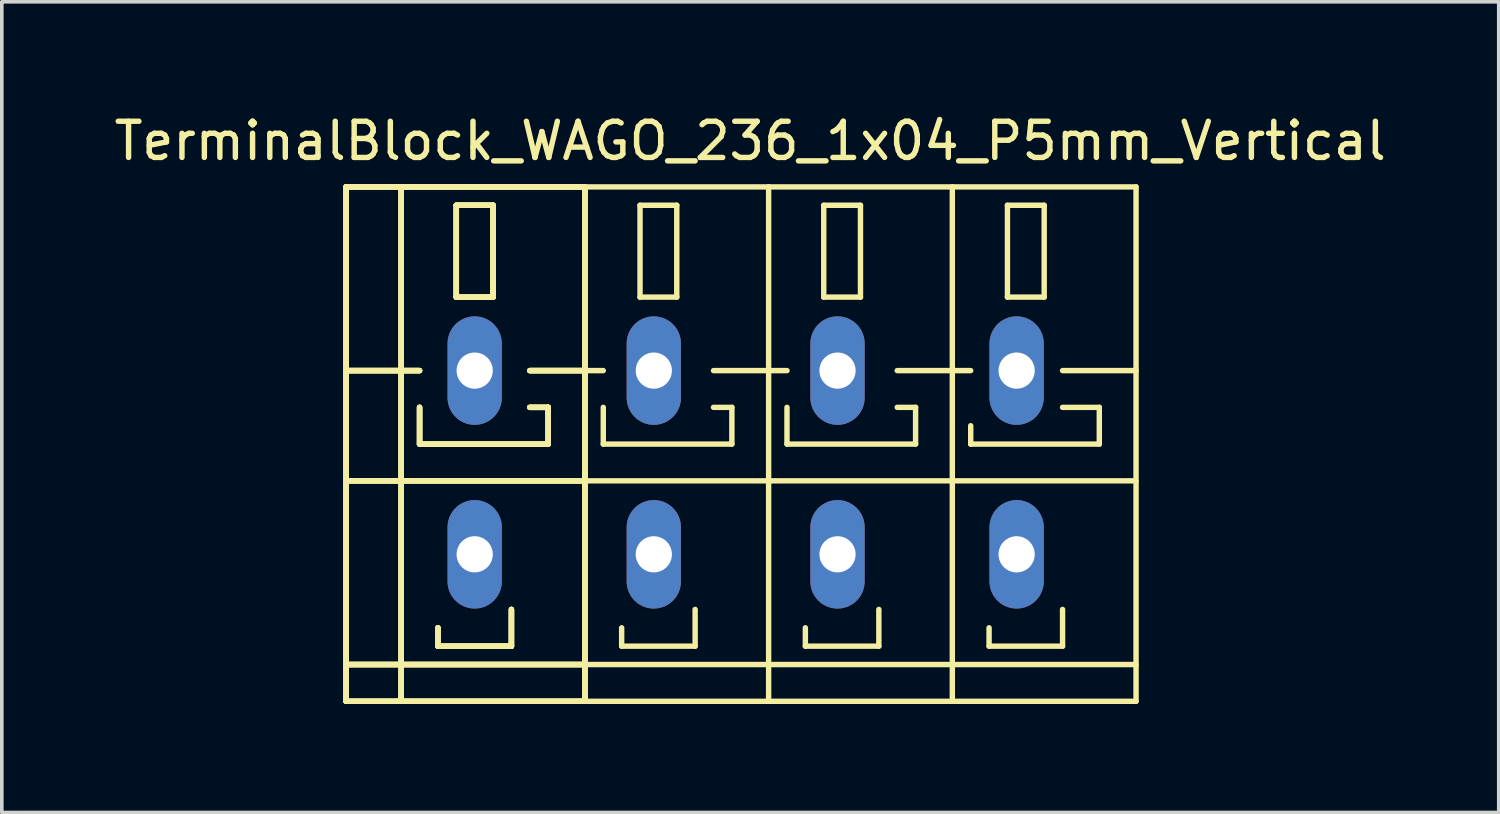
<source format=kicad_pcb>
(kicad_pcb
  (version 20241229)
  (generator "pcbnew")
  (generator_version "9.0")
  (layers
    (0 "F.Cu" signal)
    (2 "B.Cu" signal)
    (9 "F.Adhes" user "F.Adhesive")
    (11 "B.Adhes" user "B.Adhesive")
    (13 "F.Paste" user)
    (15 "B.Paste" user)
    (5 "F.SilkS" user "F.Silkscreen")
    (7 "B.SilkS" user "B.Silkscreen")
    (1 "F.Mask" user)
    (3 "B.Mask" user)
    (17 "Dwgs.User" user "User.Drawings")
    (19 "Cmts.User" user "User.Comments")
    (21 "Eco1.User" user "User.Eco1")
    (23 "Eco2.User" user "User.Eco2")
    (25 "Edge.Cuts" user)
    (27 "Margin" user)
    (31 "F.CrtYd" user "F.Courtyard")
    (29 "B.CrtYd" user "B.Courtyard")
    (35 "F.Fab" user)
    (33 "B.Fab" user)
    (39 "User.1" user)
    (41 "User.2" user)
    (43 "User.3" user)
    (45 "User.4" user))
  (footprint "TerminalBlock_WAGO_236_1x04_P5mm_Vertical"
    (layer "F.Cu")
    (at 17.696 9.738)
    (property "Reference" "TerminalBlock_WAGO_236_1x04_P5mm_Vertical" (at 0 -8.89 0) (layer "F.SilkS") (effects (font (size 1 1) (thickness 0.15))))
    (attr through_hole)
    (fp_line (start -11.176 -7.62) (end -9.652 -7.62) (stroke (width 0.15) (type solid)) (layer "F.SilkS"))
    (fp_line (start -11.176 -7.62) (end -9.652 -7.62) (stroke (width 0.15) (type solid)) (layer "F.SilkS"))
    (fp_line (start -11.176 -7.62) (end -9.652 -7.62) (stroke (width 0.15) (type solid)) (layer "F.SilkS"))
    (fp_line (start -11.176 -7.62) (end -9.652 -7.62) (stroke (width 0.15) (type solid)) (layer "F.SilkS"))
    (fp_line (start -11.176 -2.54) (end -9.144 -2.54) (stroke (width 0.15) (type solid)) (layer "F.SilkS"))
    (fp_line (start -11.176 -2.54) (end -9.144 -2.54) (stroke (width 0.15) (type solid)) (layer "F.SilkS"))
    (fp_line (start -11.176 -2.54) (end -9.144 -2.54) (stroke (width 0.15) (type solid)) (layer "F.SilkS"))
    (fp_line (start -11.176 -2.54) (end -9.144 -2.54) (stroke (width 0.15) (type solid)) (layer "F.SilkS"))
    (fp_line (start -11.176 0.508) (end -4.572 0.508) (stroke (width 0.15) (type solid)) (layer "F.SilkS"))
    (fp_line (start -11.176 0.508) (end -4.572 0.508) (stroke (width 0.15) (type solid)) (layer "F.SilkS"))
    (fp_line (start -11.176 0.508) (end -4.572 0.508) (stroke (width 0.15) (type solid)) (layer "F.SilkS"))
    (fp_line (start -11.176 0.508) (end -4.572 0.508) (stroke (width 0.15) (type solid)) (layer "F.SilkS"))
    (fp_line (start -11.176 5.588) (end -4.572 5.588) (stroke (width 0.15) (type solid)) (layer "F.SilkS"))
    (fp_line (start -11.176 5.588) (end -4.572 5.588) (stroke (width 0.15) (type solid)) (layer "F.SilkS"))
    (fp_line (start -11.176 5.588) (end -4.572 5.588) (stroke (width 0.15) (type solid)) (layer "F.SilkS"))
    (fp_line (start -11.176 5.588) (end -4.572 5.588) (stroke (width 0.15) (type solid)) (layer "F.SilkS"))
    (fp_line (start -11.176 6.604) (end -11.176 -7.62) (stroke (width 0.15) (type solid)) (layer "F.SilkS"))
    (fp_line (start -11.176 6.604) (end -11.176 -7.62) (stroke (width 0.15) (type solid)) (layer "F.SilkS"))
    (fp_line (start -11.176 6.604) (end -11.176 -7.62) (stroke (width 0.15) (type solid)) (layer "F.SilkS"))
    (fp_line (start -11.176 6.604) (end -11.176 -7.62) (stroke (width 0.15) (type solid)) (layer "F.SilkS"))
    (fp_line (start -9.652 -7.62) (end -7.62 -7.62) (stroke (width 0.15) (type solid)) (layer "F.SilkS"))
    (fp_line (start -9.652 -7.62) (end -7.62 -7.62) (stroke (width 0.15) (type solid)) (layer "F.SilkS"))
    (fp_line (start -9.652 -7.62) (end -7.62 -7.62) (stroke (width 0.15) (type solid)) (layer "F.SilkS"))
    (fp_line (start -9.652 -7.62) (end -7.62 -7.62) (stroke (width 0.15) (type solid)) (layer "F.SilkS"))
    (fp_line (start -9.652 6.604) (end -11.176 6.604) (stroke (width 0.15) (type solid)) (layer "F.SilkS"))
    (fp_line (start -9.652 6.604) (end -11.176 6.604) (stroke (width 0.15) (type solid)) (layer "F.SilkS"))
    (fp_line (start -9.652 6.604) (end -11.176 6.604) (stroke (width 0.15) (type solid)) (layer "F.SilkS"))
    (fp_line (start -9.652 6.604) (end -11.176 6.604) (stroke (width 0.15) (type solid)) (layer "F.SilkS"))
    (fp_line (start -9.652 6.604) (end -9.652 -7.62) (stroke (width 0.15) (type solid)) (layer "F.SilkS"))
    (fp_line (start -9.652 6.604) (end -9.652 -7.62) (stroke (width 0.15) (type solid)) (layer "F.SilkS"))
    (fp_line (start -9.652 6.604) (end -9.652 -7.62) (stroke (width 0.15) (type solid)) (layer "F.SilkS"))
    (fp_line (start -9.652 6.604) (end -9.652 -7.62) (stroke (width 0.15) (type solid)) (layer "F.SilkS"))
    (fp_line (start -9.144 -1.524) (end -9.144 -0.508) (stroke (width 0.15) (type solid)) (layer "F.SilkS"))
    (fp_line (start -9.144 -1.524) (end -9.144 -0.508) (stroke (width 0.15) (type solid)) (layer "F.SilkS"))
    (fp_line (start -9.144 -1.524) (end -9.144 -0.508) (stroke (width 0.15) (type solid)) (layer "F.SilkS"))
    (fp_line (start -9.144 -1.524) (end -9.144 -0.508) (stroke (width 0.15) (type solid)) (layer "F.SilkS"))
    (fp_line (start -9.144 -0.508) (end -5.588 -0.508) (stroke (width 0.15) (type solid)) (layer "F.SilkS"))
    (fp_line (start -9.144 -0.508) (end -5.588 -0.508) (stroke (width 0.15) (type solid)) (layer "F.SilkS"))
    (fp_line (start -9.144 -0.508) (end -5.588 -0.508) (stroke (width 0.15) (type solid)) (layer "F.SilkS"))
    (fp_line (start -9.144 -0.508) (end -5.588 -0.508) (stroke (width 0.15) (type solid)) (layer "F.SilkS"))
    (fp_line (start -8.636 4.572) (end -8.636 5.08) (stroke (width 0.15) (type solid)) (layer "F.SilkS"))
    (fp_line (start -8.636 4.572) (end -8.636 5.08) (stroke (width 0.15) (type solid)) (layer "F.SilkS"))
    (fp_line (start -8.636 4.572) (end -8.636 5.08) (stroke (width 0.15) (type solid)) (layer "F.SilkS"))
    (fp_line (start -8.636 4.572) (end -8.636 5.08) (stroke (width 0.15) (type solid)) (layer "F.SilkS"))
    (fp_line (start -8.636 5.08) (end -6.604 5.08) (stroke (width 0.15) (type solid)) (layer "F.SilkS"))
    (fp_line (start -8.636 5.08) (end -6.604 5.08) (stroke (width 0.15) (type solid)) (layer "F.SilkS"))
    (fp_line (start -8.636 5.08) (end -6.604 5.08) (stroke (width 0.15) (type solid)) (layer "F.SilkS"))
    (fp_line (start -8.636 5.08) (end -6.604 5.08) (stroke (width 0.15) (type solid)) (layer "F.SilkS"))
    (fp_line (start -8.128 -7.112) (end -7.112 -7.112) (stroke (width 0.15) (type solid)) (layer "F.SilkS"))
    (fp_line (start -8.128 -7.112) (end -7.112 -7.112) (stroke (width 0.15) (type solid)) (layer "F.SilkS"))
    (fp_line (start -8.128 -7.112) (end -7.112 -7.112) (stroke (width 0.15) (type solid)) (layer "F.SilkS"))
    (fp_line (start -8.128 -7.112) (end -7.112 -7.112) (stroke (width 0.15) (type solid)) (layer "F.SilkS"))
    (fp_line (start -8.128 -4.572) (end -8.128 -7.112) (stroke (width 0.15) (type solid)) (layer "F.SilkS"))
    (fp_line (start -8.128 -4.572) (end -8.128 -7.112) (stroke (width 0.15) (type solid)) (layer "F.SilkS"))
    (fp_line (start -8.128 -4.572) (end -8.128 -7.112) (stroke (width 0.15) (type solid)) (layer "F.SilkS"))
    (fp_line (start -8.128 -4.572) (end -8.128 -7.112) (stroke (width 0.15) (type solid)) (layer "F.SilkS"))
    (fp_line (start -7.62 -7.62) (end -4.572 -7.62) (stroke (width 0.15) (type solid)) (layer "F.SilkS"))
    (fp_line (start -7.62 -7.62) (end -4.572 -7.62) (stroke (width 0.15) (type solid)) (layer "F.SilkS"))
    (fp_line (start -7.62 -7.62) (end -4.572 -7.62) (stroke (width 0.15) (type solid)) (layer "F.SilkS"))
    (fp_line (start -7.62 -7.62) (end -4.572 -7.62) (stroke (width 0.15) (type solid)) (layer "F.SilkS"))
    (fp_line (start -7.112 -7.112) (end -7.112 -4.572) (stroke (width 0.15) (type solid)) (layer "F.SilkS"))
    (fp_line (start -7.112 -7.112) (end -7.112 -4.572) (stroke (width 0.15) (type solid)) (layer "F.SilkS"))
    (fp_line (start -7.112 -7.112) (end -7.112 -4.572) (stroke (width 0.15) (type solid)) (layer "F.SilkS"))
    (fp_line (start -7.112 -7.112) (end -7.112 -4.572) (stroke (width 0.15) (type solid)) (layer "F.SilkS"))
    (fp_line (start -7.112 -4.572) (end -8.128 -4.572) (stroke (width 0.15) (type solid)) (layer "F.SilkS"))
    (fp_line (start -7.112 -4.572) (end -8.128 -4.572) (stroke (width 0.15) (type solid)) (layer "F.SilkS"))
    (fp_line (start -7.112 -4.572) (end -8.128 -4.572) (stroke (width 0.15) (type solid)) (layer "F.SilkS"))
    (fp_line (start -7.112 -4.572) (end -8.128 -4.572) (stroke (width 0.15) (type solid)) (layer "F.SilkS"))
    (fp_line (start -6.604 5.08) (end -6.604 4.064) (stroke (width 0.15) (type solid)) (layer "F.SilkS"))
    (fp_line (start -6.604 5.08) (end -6.604 4.064) (stroke (width 0.15) (type solid)) (layer "F.SilkS"))
    (fp_line (start -6.604 5.08) (end -6.604 4.064) (stroke (width 0.15) (type solid)) (layer "F.SilkS"))
    (fp_line (start -6.604 5.08) (end -6.604 4.064) (stroke (width 0.15) (type solid)) (layer "F.SilkS"))
    (fp_line (start -6.096 -2.54) (end -4.572 -2.54) (stroke (width 0.15) (type solid)) (layer "F.SilkS"))
    (fp_line (start -6.096 -2.54) (end -4.572 -2.54) (stroke (width 0.15) (type solid)) (layer "F.SilkS"))
    (fp_line (start -6.096 -2.54) (end -4.572 -2.54) (stroke (width 0.15) (type solid)) (layer "F.SilkS"))
    (fp_line (start -6.096 -2.54) (end -4.572 -2.54) (stroke (width 0.15) (type solid)) (layer "F.SilkS"))
    (fp_line (start -5.588 -1.524) (end -6.096 -1.524) (stroke (width 0.15) (type solid)) (layer "F.SilkS"))
    (fp_line (start -5.588 -1.524) (end -6.096 -1.524) (stroke (width 0.15) (type solid)) (layer "F.SilkS"))
    (fp_line (start -5.588 -1.524) (end -6.096 -1.524) (stroke (width 0.15) (type solid)) (layer "F.SilkS"))
    (fp_line (start -5.588 -1.524) (end -6.096 -1.524) (stroke (width 0.15) (type solid)) (layer "F.SilkS"))
    (fp_line (start -5.588 -0.508) (end -5.588 -1.524) (stroke (width 0.15) (type solid)) (layer "F.SilkS"))
    (fp_line (start -5.588 -0.508) (end -5.588 -1.524) (stroke (width 0.15) (type solid)) (layer "F.SilkS"))
    (fp_line (start -5.588 -0.508) (end -5.588 -1.524) (stroke (width 0.15) (type solid)) (layer "F.SilkS"))
    (fp_line (start -5.588 -0.508) (end -5.588 -1.524) (stroke (width 0.15) (type solid)) (layer "F.SilkS"))
    (fp_line (start -4.572 -7.62) (end -4.572 6.604) (stroke (width 0.15) (type solid)) (layer "F.SilkS"))
    (fp_line (start -4.572 -7.62) (end -4.572 6.604) (stroke (width 0.15) (type solid)) (layer "F.SilkS"))
    (fp_line (start -4.572 -7.62) (end -4.572 6.604) (stroke (width 0.15) (type solid)) (layer "F.SilkS"))
    (fp_line (start -4.572 -7.62) (end -4.572 6.604) (stroke (width 0.15) (type solid)) (layer "F.SilkS"))
    (fp_line (start -4.572 -2.54) (end -4.064 -2.54) (stroke (width 0.15) (type solid)) (layer "F.SilkS"))
    (fp_line (start -4.572 0.508) (end 0.508 0.508) (stroke (width 0.15) (type solid)) (layer "F.SilkS"))
    (fp_line (start -4.572 5.588) (end 0.508 5.588) (stroke (width 0.15) (type solid)) (layer "F.SilkS"))
    (fp_line (start -4.572 6.604) (end -9.652 6.604) (stroke (width 0.15) (type solid)) (layer "F.SilkS"))
    (fp_line (start -4.572 6.604) (end -9.652 6.604) (stroke (width 0.15) (type solid)) (layer "F.SilkS"))
    (fp_line (start -4.572 6.604) (end -9.652 6.604) (stroke (width 0.15) (type solid)) (layer "F.SilkS"))
    (fp_line (start -4.572 6.604) (end -9.652 6.604) (stroke (width 0.15) (type solid)) (layer "F.SilkS"))
    (fp_line (start -4.572 6.604) (end 0.508 6.604) (stroke (width 0.15) (type solid)) (layer "F.SilkS"))
    (fp_line (start -4.064 -1.524) (end -4.064 -0.508) (stroke (width 0.15) (type solid)) (layer "F.SilkS"))
    (fp_line (start -4.064 -0.508) (end -0.508 -0.508) (stroke (width 0.15) (type solid)) (layer "F.SilkS"))
    (fp_line (start -3.556 4.572) (end -3.556 5.08) (stroke (width 0.15) (type solid)) (layer "F.SilkS"))
    (fp_line (start -3.556 5.08) (end -1.524 5.08) (stroke (width 0.15) (type solid)) (layer "F.SilkS"))
    (fp_line (start -3.048 -7.112) (end -3.048 -4.572) (stroke (width 0.15) (type solid)) (layer "F.SilkS"))
    (fp_line (start -3.048 -4.572) (end -2.032 -4.572) (stroke (width 0.15) (type solid)) (layer "F.SilkS"))
    (fp_line (start -2.032 -7.112) (end -3.048 -7.112) (stroke (width 0.15) (type solid)) (layer "F.SilkS"))
    (fp_line (start -2.032 -4.572) (end -2.032 -7.112) (stroke (width 0.15) (type solid)) (layer "F.SilkS"))
    (fp_line (start -1.524 5.08) (end -1.524 4.064) (stroke (width 0.15) (type solid)) (layer "F.SilkS"))
    (fp_line (start -1.016 -2.54) (end 0.508 -2.54) (stroke (width 0.15) (type solid)) (layer "F.SilkS"))
    (fp_line (start -0.508 -1.524) (end -1.016 -1.524) (stroke (width 0.15) (type solid)) (layer "F.SilkS"))
    (fp_line (start -0.508 -0.508) (end -0.508 -1.524) (stroke (width 0.15) (type solid)) (layer "F.SilkS"))
    (fp_line (start 0.508 -7.62) (end -4.572 -7.62) (stroke (width 0.15) (type solid)) (layer "F.SilkS"))
    (fp_line (start 0.508 -2.54) (end 1.016 -2.54) (stroke (width 0.15) (type solid)) (layer "F.SilkS"))
    (fp_line (start 0.508 0.508) (end 5.588 0.508) (stroke (width 0.15) (type solid)) (layer "F.SilkS"))
    (fp_line (start 0.508 5.588) (end 5.588 5.588) (stroke (width 0.15) (type solid)) (layer "F.SilkS"))
    (fp_line (start 0.508 6.604) (end 0.508 -7.62) (stroke (width 0.15) (type solid)) (layer "F.SilkS"))
    (fp_line (start 0.508 6.604) (end 5.588 6.604) (stroke (width 0.15) (type solid)) (layer "F.SilkS"))
    (fp_line (start 1.016 -1.524) (end 1.016 -0.508) (stroke (width 0.15) (type solid)) (layer "F.SilkS"))
    (fp_line (start 1.016 -0.508) (end 4.572 -0.508) (stroke (width 0.15) (type solid)) (layer "F.SilkS"))
    (fp_line (start 1.524 4.572) (end 1.524 5.08) (stroke (width 0.15) (type solid)) (layer "F.SilkS"))
    (fp_line (start 1.524 5.08) (end 3.556 5.08) (stroke (width 0.15) (type solid)) (layer "F.SilkS"))
    (fp_line (start 2.032 -7.112) (end 2.032 -4.572) (stroke (width 0.15) (type solid)) (layer "F.SilkS"))
    (fp_line (start 2.032 -4.572) (end 3.048 -4.572) (stroke (width 0.15) (type solid)) (layer "F.SilkS"))
    (fp_line (start 3.048 -7.112) (end 2.032 -7.112) (stroke (width 0.15) (type solid)) (layer "F.SilkS"))
    (fp_line (start 3.048 -4.572) (end 3.048 -7.112) (stroke (width 0.15) (type solid)) (layer "F.SilkS"))
    (fp_line (start 3.556 5.08) (end 3.556 4.064) (stroke (width 0.15) (type solid)) (layer "F.SilkS"))
    (fp_line (start 4.064 -2.54) (end 5.588 -2.54) (stroke (width 0.15) (type solid)) (layer "F.SilkS"))
    (fp_line (start 4.572 -1.524) (end 4.064 -1.524) (stroke (width 0.15) (type solid)) (layer "F.SilkS"))
    (fp_line (start 4.572 -0.508) (end 4.572 -1.524) (stroke (width 0.15) (type solid)) (layer "F.SilkS"))
    (fp_line (start 5.588 -7.62) (end 0.508 -7.62) (stroke (width 0.15) (type solid)) (layer "F.SilkS"))
    (fp_line (start 5.588 -2.54) (end 6.096 -2.54) (stroke (width 0.15) (type solid)) (layer "F.SilkS"))
    (fp_line (start 5.588 0.508) (end 10.668 0.508) (stroke (width 0.15) (type solid)) (layer "F.SilkS"))
    (fp_line (start 5.588 5.588) (end 10.668 5.588) (stroke (width 0.15) (type solid)) (layer "F.SilkS"))
    (fp_line (start 5.588 6.604) (end 5.588 -7.62) (stroke (width 0.15) (type solid)) (layer "F.SilkS"))
    (fp_line (start 5.588 6.604) (end 10.668 6.604) (stroke (width 0.15) (type solid)) (layer "F.SilkS"))
    (fp_line (start 6.096 -1.016) (end 6.096 -0.508) (stroke (width 0.15) (type solid)) (layer "F.SilkS"))
    (fp_line (start 6.096 -0.508) (end 9.652 -0.508) (stroke (width 0.15) (type solid)) (layer "F.SilkS"))
    (fp_line (start 6.604 4.572) (end 6.604 5.08) (stroke (width 0.15) (type solid)) (layer "F.SilkS"))
    (fp_line (start 6.604 5.08) (end 8.636 5.08) (stroke (width 0.15) (type solid)) (layer "F.SilkS"))
    (fp_line (start 7.112 -7.112) (end 7.112 -4.572) (stroke (width 0.15) (type solid)) (layer "F.SilkS"))
    (fp_line (start 7.112 -4.572) (end 8.128 -4.572) (stroke (width 0.15) (type solid)) (layer "F.SilkS"))
    (fp_line (start 8.128 -7.112) (end 7.112 -7.112) (stroke (width 0.15) (type solid)) (layer "F.SilkS"))
    (fp_line (start 8.128 -4.572) (end 8.128 -7.112) (stroke (width 0.15) (type solid)) (layer "F.SilkS"))
    (fp_line (start 8.636 -2.54) (end 10.668 -2.54) (stroke (width 0.15) (type solid)) (layer "F.SilkS"))
    (fp_line (start 8.636 5.08) (end 8.636 4.064) (stroke (width 0.15) (type solid)) (layer "F.SilkS"))
    (fp_line (start 9.652 -1.524) (end 8.636 -1.524) (stroke (width 0.15) (type solid)) (layer "F.SilkS"))
    (fp_line (start 9.652 -0.508) (end 9.652 -1.524) (stroke (width 0.15) (type solid)) (layer "F.SilkS"))
    (fp_line (start 10.668 -7.62) (end 5.588 -7.62) (stroke (width 0.15) (type solid)) (layer "F.SilkS"))
    (fp_line (start 10.668 6.604) (end 10.668 -7.62) (stroke (width 0.15) (type solid)) (layer "F.SilkS"))
    (pad "1" thru_hole oval (at -7.62 -2.54 90) (size 3 1.501) (drill 1.001) (layers "*.Cu" "*.Mask"))
    (pad "1" thru_hole oval (at -7.62 2.54 90) (size 3 1.501) (drill 1.001) (layers "*.Cu" "*.Mask"))
    (pad "2" thru_hole oval (at -2.667 -2.54 90) (size 3 1.501) (drill 1.001) (layers "*.Cu" "*.Mask"))
    (pad "2" thru_hole oval (at -2.667 2.54 90) (size 3 1.501) (drill 1.001) (layers "*.Cu" "*.Mask"))
    (pad "3" thru_hole oval (at 2.413 -2.54 90) (size 3 1.501) (drill 1.001) (layers "*.Cu" "*.Mask"))
    (pad "3" thru_hole oval (at 2.413 2.54 90) (size 3 1.501) (drill 1.001) (layers "*.Cu" "*.Mask"))
    (pad "4" thru_hole oval (at 7.366 -2.54 90) (size 3 1.501) (drill 1.001) (layers "*.Cu" "*.Mask"))
    (pad "4" thru_hole oval (at 7.366 2.54 90) (size 3 1.501) (drill 1.001) (layers "*.Cu" "*.Mask")))
  (gr_rect
    (start -3 -3)
    (end 38.393 19.417)
    (stroke (width 0.1) (type default))
    (fill no)
    (layer "Edge.Cuts")))
</source>
